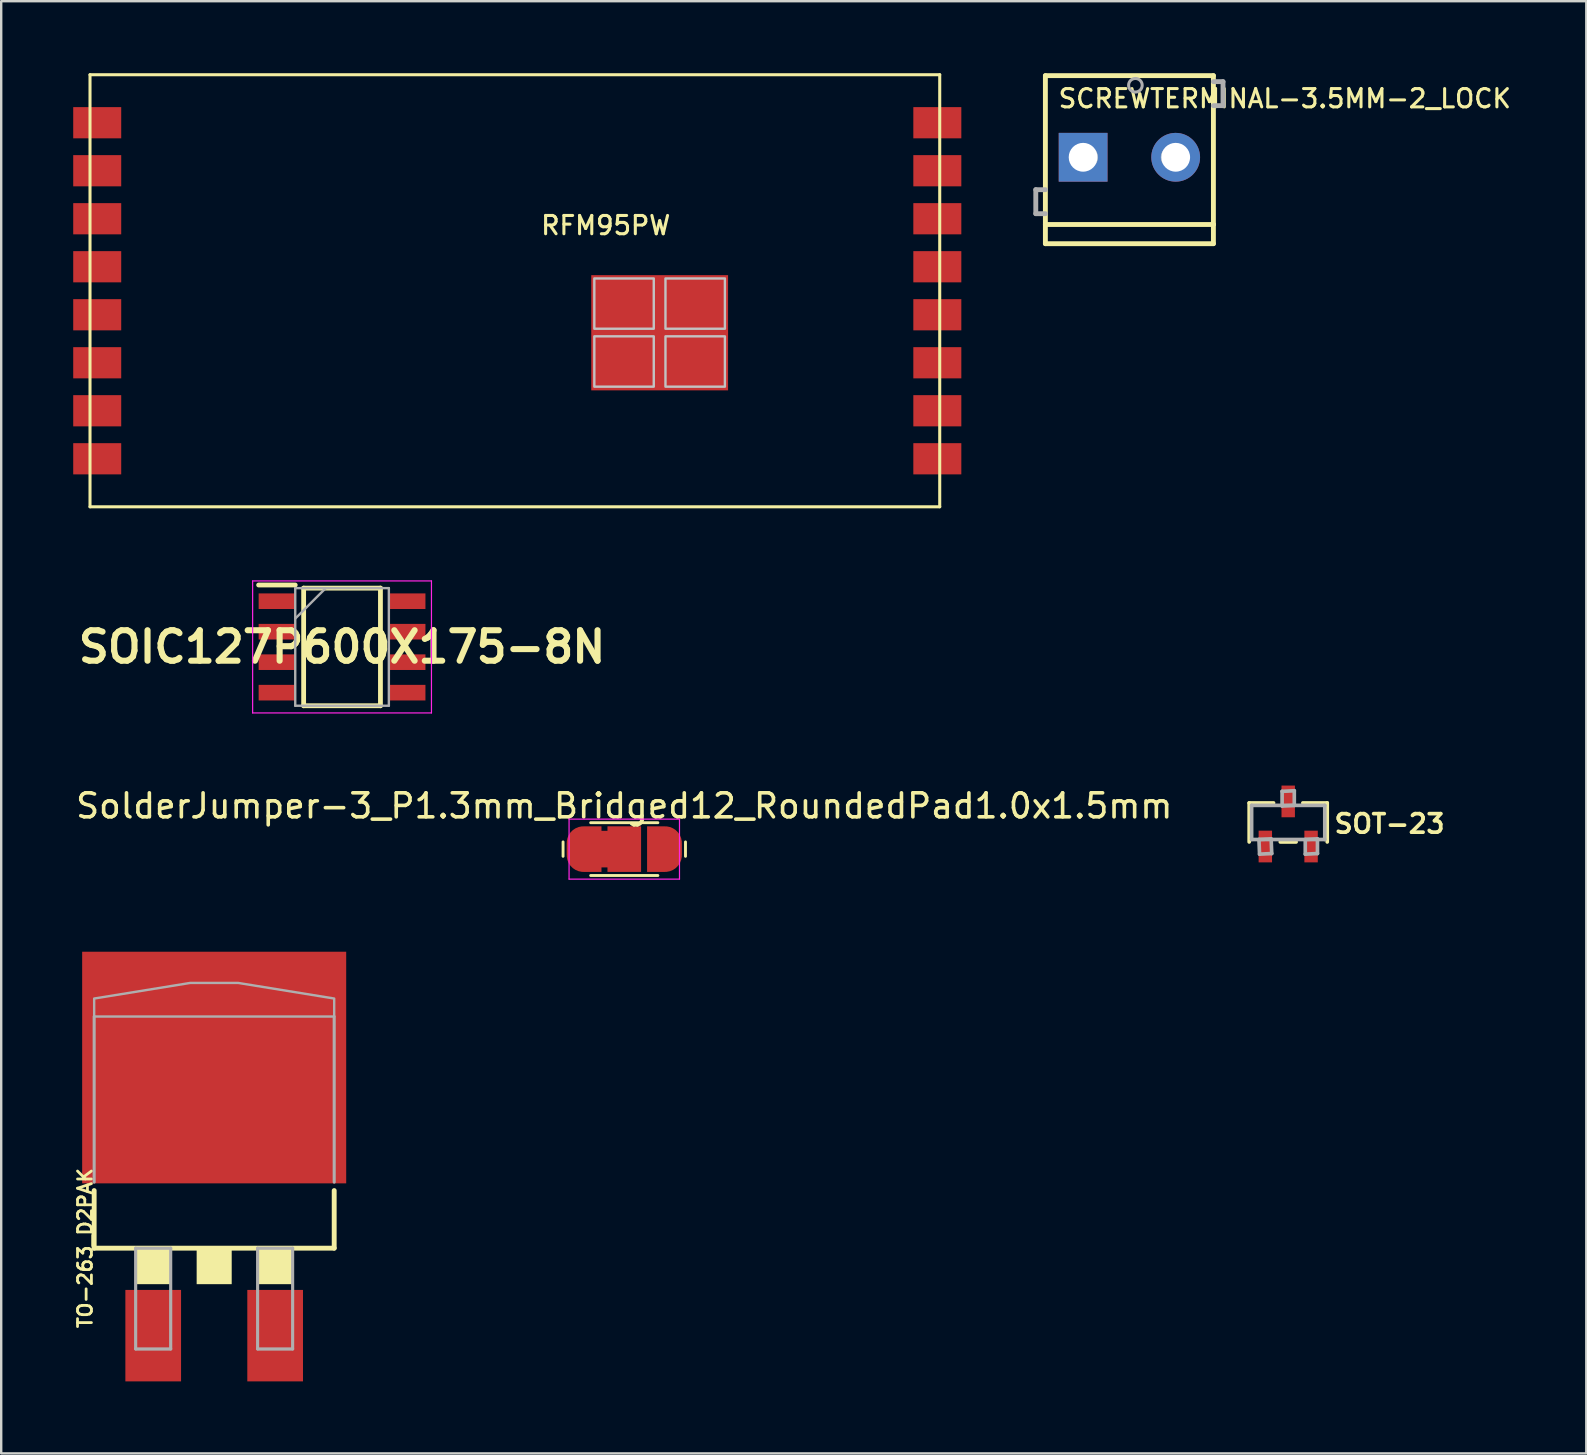
<source format=kicad_pcb>
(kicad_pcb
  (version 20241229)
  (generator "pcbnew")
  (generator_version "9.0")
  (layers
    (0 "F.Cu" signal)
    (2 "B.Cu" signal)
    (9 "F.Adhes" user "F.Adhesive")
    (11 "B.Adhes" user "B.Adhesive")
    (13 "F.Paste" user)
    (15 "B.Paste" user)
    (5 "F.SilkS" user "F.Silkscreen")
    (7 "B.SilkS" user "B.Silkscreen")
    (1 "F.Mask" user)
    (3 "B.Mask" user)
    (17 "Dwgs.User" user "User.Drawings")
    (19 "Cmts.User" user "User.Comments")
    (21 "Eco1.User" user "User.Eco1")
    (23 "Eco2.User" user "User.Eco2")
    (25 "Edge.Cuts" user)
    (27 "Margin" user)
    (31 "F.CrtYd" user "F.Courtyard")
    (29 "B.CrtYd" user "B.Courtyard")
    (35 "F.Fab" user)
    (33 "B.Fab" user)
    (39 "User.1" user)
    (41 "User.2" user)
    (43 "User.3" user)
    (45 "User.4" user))
  (footprint "SOIC127P600X175-8N"
    (layer "F.Cu")
    (at 11.2 23.902)
    (property "Reference" "SOIC127P600X175-8N" (at 0 0 0) (layer "F.SilkS") (effects (font (size 1.27 1.27) (thickness 0.254))))
    (attr smd)
    (fp_line (start -3.475 -2.58) (end -1.95 -2.58) (stroke (width 0.2) (type solid)) (layer "F.SilkS"))
    (fp_line (start -1.6 -2.45) (end 1.6 -2.45) (stroke (width 0.2) (type solid)) (layer "F.SilkS"))
    (fp_line (start -1.6 2.45) (end -1.6 -2.45) (stroke (width 0.2) (type solid)) (layer "F.SilkS"))
    (fp_line (start 1.6 -2.45) (end 1.6 2.45) (stroke (width 0.2) (type solid)) (layer "F.SilkS"))
    (fp_line (start 1.6 2.45) (end -1.6 2.45) (stroke (width 0.2) (type solid)) (layer "F.SilkS"))
    (fp_line (start -3.725 -2.75) (end 3.725 -2.75) (stroke (width 0.05) (type solid)) (layer "F.CrtYd"))
    (fp_line (start -3.725 2.75) (end -3.725 -2.75) (stroke (width 0.05) (type solid)) (layer "F.CrtYd"))
    (fp_line (start 3.725 -2.75) (end 3.725 2.75) (stroke (width 0.05) (type solid)) (layer "F.CrtYd"))
    (fp_line (start 3.725 2.75) (end -3.725 2.75) (stroke (width 0.05) (type solid)) (layer "F.CrtYd"))
    (fp_line (start -1.95 -2.45) (end 1.95 -2.45) (stroke (width 0.1) (type solid)) (layer "F.Fab"))
    (fp_line (start -1.95 -1.18) (end -0.68 -2.45) (stroke (width 0.1) (type solid)) (layer "F.Fab"))
    (fp_line (start -1.95 2.45) (end -1.95 -2.45) (stroke (width 0.1) (type solid)) (layer "F.Fab"))
    (fp_line (start 1.95 -2.45) (end 1.95 2.45) (stroke (width 0.1) (type solid)) (layer "F.Fab"))
    (fp_line (start 1.95 2.45) (end -1.95 2.45) (stroke (width 0.1) (type solid)) (layer "F.Fab"))
    (pad "1" smd rect (at -2.712 -1.905 90) (size 0.65 1.525) (layers "F.Cu" "F.Mask" "F.Paste"))
    (pad "2" smd rect (at -2.712 -0.635 90) (size 0.65 1.525) (layers "F.Cu" "F.Mask" "F.Paste"))
    (pad "3" smd rect (at -2.712 0.635 90) (size 0.65 1.525) (layers "F.Cu" "F.Mask" "F.Paste"))
    (pad "4" smd rect (at -2.712 1.905 90) (size 0.65 1.525) (layers "F.Cu" "F.Mask" "F.Paste"))
    (pad "5" smd rect (at 2.712 1.905 90) (size 0.65 1.525) (layers "F.Cu" "F.Mask" "F.Paste"))
    (pad "6" smd rect (at 2.712 0.635 90) (size 0.65 1.525) (layers "F.Cu" "F.Mask" "F.Paste"))
    (pad "7" smd rect (at 2.712 -0.635 90) (size 0.65 1.525) (layers "F.Cu" "F.Mask" "F.Paste"))
    (pad "8" smd rect (at 2.712 -1.905 90) (size 0.65 1.525) (layers "F.Cu" "F.Mask" "F.Paste")))
  (footprint "TO-263_D2PAK"
    (layer "F.Cu")
    (at 5.873 45.55)
    (property "Reference" "TO-263_D2PAK" (at -5.715 0 90) (layer "F.SilkS") (effects (font (size 0.579 0.579) (thickness 0.116)) (justify right top)))
    (attr through_hole)
    (fp_line (start -5 3.4) (end -5 1) (stroke (width 0.203) (type solid)) (layer "F.SilkS"))
    (fp_line (start 5 1) (end 5 3.4) (stroke (width 0.203) (type solid)) (layer "F.SilkS"))
    (fp_line (start 5 3.4) (end -5 3.4) (stroke (width 0.203) (type solid)) (layer "F.SilkS"))
    (fp_poly (pts (xy -3.27 4.9) (xy -1.81 4.9) (xy -1.81 3.4) (xy -3.27 3.4)) (stroke (width 0) (type solid)) (fill yes) (layer "F.SilkS"))
    (fp_poly (pts (xy -0.73 4.9) (xy 0.73 4.9) (xy 0.73 3.4) (xy -0.73 3.4)) (stroke (width 0) (type solid)) (fill yes) (layer "F.SilkS"))
    (fp_poly (pts (xy 1.81 4.9) (xy 3.27 4.9) (xy 3.27 3.4) (xy 1.81 3.4)) (stroke (width 0) (type solid)) (fill yes) (layer "F.SilkS"))
    (fp_line (start -5 -6.25) (end -5 0.65) (stroke (width 0.127) (type solid)) (layer "F.Fab"))
    (fp_line (start -3.27 3.4) (end -1.81 3.4) (stroke (width 0.127) (type solid)) (layer "F.Fab"))
    (fp_line (start -3.27 7.6) (end -3.27 3.4) (stroke (width 0.127) (type solid)) (layer "F.Fab"))
    (fp_line (start -1.81 3.4) (end -1.81 7.6) (stroke (width 0.127) (type solid)) (layer "F.Fab"))
    (fp_line (start -1.81 7.6) (end -3.27 7.6) (stroke (width 0.127) (type solid)) (layer "F.Fab"))
    (fp_line (start 1.81 3.4) (end 1.81 7.6) (stroke (width 0.127) (type solid)) (layer "F.Fab"))
    (fp_line (start 1.81 7.6) (end 3.27 7.6) (stroke (width 0.127) (type solid)) (layer "F.Fab"))
    (fp_line (start 3.27 3.4) (end 1.81 3.4) (stroke (width 0.127) (type solid)) (layer "F.Fab"))
    (fp_line (start 3.27 7.6) (end 3.27 3.4) (stroke (width 0.127) (type solid)) (layer "F.Fab"))
    (fp_line (start 5 0.65) (end 5 -6.25) (stroke (width 0.127) (type solid)) (layer "F.Fab"))
    (fp_poly (pts (xy -3.27 7.6) (xy -1.81 7.6) (xy -1.81 3.4) (xy -3.27 3.4)) (stroke (width 0.1) (type solid)) (fill no) (layer "F.Fab"))
    (fp_poly (pts (xy 1.81 7.6) (xy 3.27 7.6) (xy 3.27 3.4) (xy 1.81 3.4)) (stroke (width 0.1) (type solid)) (fill no) (layer "F.Fab"))
    (fp_poly (pts (xy -5 -6.25) (xy -5 -7) (xy -1 -7.65) (xy 1 -7.65) (xy 5 -7) (xy 5 -6.25)) (stroke (width 0.1) (type solid)) (fill no) (layer "F.Fab"))
    (pad "1" smd rect (at -2.54 7.045) (size 2.32 3.81) (layers "F.Cu" "F.Mask" "F.Paste"))
    (pad "2" smd rect (at 0 -4.125) (size 11 9.65) (layers "F.Cu" "F.Mask" "F.Paste"))
    (pad "3" smd rect (at 2.54 7.045) (size 2.32 3.81) (layers "F.Cu" "F.Mask" "F.Paste")))
  (footprint "SOT-23"
    (layer "F.Cu")
    (at 50.618 31.214)
    (property "Reference" "SOT-23" (at 1.841 0.508 180) (layer "F.SilkS") (effects (font (size 0.772 0.772) (thickness 0.154)) (justify left bottom)))
    (attr through_hole)
    (fp_line (start -1.626 -0.813) (end -1.626 0.813) (stroke (width 0.152) (type solid)) (layer "F.SilkS"))
    (fp_line (start -0.61 -0.813) (end -1.626 -0.813) (stroke (width 0.152) (type solid)) (layer "F.SilkS"))
    (fp_line (start -0.33 0.813) (end 0.33 0.813) (stroke (width 0.152) (type solid)) (layer "F.SilkS"))
    (fp_line (start 1.626 -0.813) (end 0.61 -0.813) (stroke (width 0.152) (type solid)) (layer "F.SilkS"))
    (fp_line (start 1.626 0.813) (end 1.626 -0.813) (stroke (width 0.152) (type solid)) (layer "F.SilkS"))
    (fp_line (start -1.524 -0.711) (end -1.524 0.711) (stroke (width 0.152) (type solid)) (layer "F.Fab"))
    (fp_line (start -1.524 0.711) (end 1.524 0.711) (stroke (width 0.152) (type solid)) (layer "F.Fab"))
    (fp_line (start -1.219 0.711) (end -1.194 1.321) (stroke (width 0.152) (type solid)) (layer "F.Fab"))
    (fp_line (start -1.194 1.321) (end -0.686 1.295) (stroke (width 0.152) (type solid)) (layer "F.Fab"))
    (fp_line (start -0.711 0.686) (end -1.219 0.711) (stroke (width 0.152) (type solid)) (layer "F.Fab"))
    (fp_line (start -0.686 1.295) (end -0.711 0.686) (stroke (width 0.152) (type solid)) (layer "F.Fab"))
    (fp_line (start -0.254 -1.295) (end -0.254 -0.686) (stroke (width 0.152) (type solid)) (layer "F.Fab"))
    (fp_line (start -0.254 -0.686) (end 0.254 -0.711) (stroke (width 0.152) (type solid)) (layer "F.Fab"))
    (fp_line (start 0.254 -1.321) (end -0.254 -1.295) (stroke (width 0.152) (type solid)) (layer "F.Fab"))
    (fp_line (start 0.254 -0.711) (end 0.254 -1.321) (stroke (width 0.152) (type solid)) (layer "F.Fab"))
    (fp_line (start 0.711 0.711) (end 0.711 1.321) (stroke (width 0.152) (type solid)) (layer "F.Fab"))
    (fp_line (start 0.711 1.321) (end 1.219 1.295) (stroke (width 0.152) (type solid)) (layer "F.Fab"))
    (fp_line (start 1.219 0.686) (end 0.711 0.711) (stroke (width 0.152) (type solid)) (layer "F.Fab"))
    (fp_line (start 1.219 1.295) (end 1.219 0.686) (stroke (width 0.152) (type solid)) (layer "F.Fab"))
    (fp_line (start 1.524 -0.711) (end -1.524 -0.711) (stroke (width 0.152) (type solid)) (layer "F.Fab"))
    (fp_line (start 1.524 0.711) (end 1.524 -0.711) (stroke (width 0.152) (type solid)) (layer "F.Fab"))
    (pad "1" smd rect (at -0.953 1.003) (size 0.559 1.321) (layers "F.Cu" "F.Mask" "F.Paste"))
    (pad "2" smd rect (at 0.953 1.003) (size 0.559 1.321) (layers "F.Cu" "F.Mask" "F.Paste"))
    (pad "3" smd rect (at 0 -0.876) (size 0.559 1.321) (layers "F.Cu" "F.Mask" "F.Paste")))
  (footprint "RFM95PW"
    (layer "F.Cu")
    (at 18.4 8.563)
    (property "Reference" "RFM95PW" (at 1.016 -2.667 180) (layer "F.SilkS") (effects (font (size 0.762 0.762) (thickness 0.127)) (justify left top)))
    (attr through_hole)
    (fp_line (start -17.7 -8.5) (end 17.7 -8.5) (stroke (width 0.127) (type solid)) (layer "F.SilkS"))
    (fp_line (start -17.7 9.5) (end -17.7 -8.5) (stroke (width 0.127) (type solid)) (layer "F.SilkS"))
    (fp_line (start -17.7 9.5) (end 17.7 9.5) (stroke (width 0.127) (type solid)) (layer "F.SilkS"))
    (fp_line (start 17.7 9.5) (end 17.7 -8.5) (stroke (width 0.127) (type solid)) (layer "F.SilkS"))
    (fp_poly (pts (xy 5.787 2.083) (xy 3.31 2.083) (xy 3.31 -0.013) (xy 5.787 -0.013)) (stroke (width 0.1) (type solid)) (fill no) (layer "Dwgs.User"))
    (fp_poly (pts (xy 5.787 4.496) (xy 3.31 4.496) (xy 3.31 2.4) (xy 5.787 2.4)) (stroke (width 0.1) (type solid)) (fill no) (layer "Dwgs.User"))
    (fp_poly (pts (xy 8.75 2.083) (xy 6.274 2.083) (xy 6.274 -0.013) (xy 8.75 -0.013)) (stroke (width 0.1) (type solid)) (fill no) (layer "Dwgs.User"))
    (fp_poly (pts (xy 8.75 4.496) (xy 6.274 4.496) (xy 6.274 2.4) (xy 8.75 2.4)) (stroke (width 0.1) (type solid)) (fill no) (layer "Dwgs.User"))
    (pad "1" smd rect (at 17.6 7.5) (size 2 1.3) (layers "F.Cu" "F.Mask" "F.Paste"))
    (pad "2" smd rect (at 17.6 5.5) (size 2 1.3) (layers "F.Cu" "F.Mask" "F.Paste"))
    (pad "3" smd rect (at 17.6 3.5) (size 2 1.3) (layers "F.Cu" "F.Mask" "F.Paste"))
    (pad "4" smd rect (at 17.6 1.5) (size 2 1.3) (layers "F.Cu" "F.Mask" "F.Paste"))
    (pad "5" smd rect (at 17.6 -0.5) (size 2 1.3) (layers "F.Cu" "F.Mask" "F.Paste"))
    (pad "6" smd rect (at 17.6 -2.5) (size 2 1.3) (layers "F.Cu" "F.Mask" "F.Paste"))
    (pad "7" smd rect (at 17.6 -4.5) (size 2 1.3) (layers "F.Cu" "F.Mask" "F.Paste"))
    (pad "8" smd rect (at 17.6 -6.5) (size 2 1.3) (layers "F.Cu" "F.Mask" "F.Paste"))
    (pad "9" smd rect (at -17.4 -6.5) (size 2 1.3) (layers "F.Cu" "F.Mask" "F.Paste"))
    (pad "10" smd rect (at -17.4 -4.5) (size 2 1.3) (layers "F.Cu" "F.Mask" "F.Paste"))
    (pad "11" smd rect (at -17.4 -2.5) (size 2 1.3) (layers "F.Cu" "F.Mask" "F.Paste"))
    (pad "12" smd rect (at -17.4 -0.5) (size 2 1.3) (layers "F.Cu" "F.Mask" "F.Paste"))
    (pad "13" smd rect (at -17.4 1.5) (size 2 1.3) (layers "F.Cu" "F.Mask" "F.Paste"))
    (pad "14" smd rect (at -17.4 3.5) (size 2 1.3) (layers "F.Cu" "F.Mask" "F.Paste"))
    (pad "15" smd rect (at -17.4 5.5) (size 2 1.3) (layers "F.Cu" "F.Mask" "F.Paste"))
    (pad "16" smd rect (at -17.4 7.5) (size 2 1.3) (layers "F.Cu" "F.Mask" "F.Paste"))
    (pad "17" smd rect (at 6.032 2.25) (size 5.7 4.8) (layers "F.Cu" "F.Mask")))
  (footprint "SolderJumper-3_P1.3mm_Bridged12_RoundedPad1.0x1.5mm"
    (layer "F.Cu")
    (at 22.958 32.325)
    (property "Reference" "SolderJumper-3_P1.3mm_Bridged12_RoundedPad1.0x1.5mm" (at 0 -1.8 0) (layer "F.SilkS") (effects (font (size 1 1) (thickness 0.15))))
    (attr exclude_from_pos_files exclude_from_bom)
    (fp_poly (pts (xy -1.1 -0.762) (xy -0.6 -0.762) (xy -0.6 0.762) (xy -1.1 0.762)) (stroke (width 0) (type solid)) (fill yes) (layer "F.Cu"))
    (fp_line (start -2.55 0.3) (end -2.55 -0.3) (stroke (width 0.12) (type solid)) (layer "F.SilkS"))
    (fp_line (start -1.4 -1.1) (end 1.4 -1.1) (stroke (width 0.12) (type solid)) (layer "F.SilkS"))
    (fp_line (start 1.4 1.1) (end -1.4 1.1) (stroke (width 0.12) (type solid)) (layer "F.SilkS"))
    (fp_line (start 2.55 -0.3) (end 2.55 0.3) (stroke (width 0.12) (type solid)) (layer "F.SilkS"))
    (fp_line (start -2.3 -1.25) (end -2.3 1.25) (stroke (width 0.05) (type solid)) (layer "F.CrtYd"))
    (fp_line (start -2.3 -1.25) (end 2.3 -1.25) (stroke (width 0.05) (type solid)) (layer "F.CrtYd"))
    (fp_line (start 2.3 1.25) (end -2.3 1.25) (stroke (width 0.05) (type solid)) (layer "F.CrtYd"))
    (fp_line (start 2.3 1.25) (end 2.3 -1.25) (stroke (width 0.05) (type solid)) (layer "F.CrtYd"))
    (pad "1" smd custom (at -1.7 0) (size 1.4 0.5) (layers "F.Cu" "F.Mask") (options (anchor rect)) (primitives (gr_circle (center 0 0.25) (end 0.7 0.25) (width 0) (fill yes)) (gr_circle (center 0 -0.25) (end 0.7 -0.25) (width 0) (fill yes)) (gr_poly (pts (xy 0.75 -0.95) (xy 0 -0.95) (xy 0 0.95) (xy 0.75 0.95)) (width 0) (fill yes))))
    (pad "2" smd rect (at 0 0) (size 1.4 1.9) (layers "F.Cu" "F.Mask"))
    (pad "3" smd custom (at 1.7 0) (size 1.4 0.5) (layers "F.Cu" "F.Mask") (options (anchor rect)) (primitives (gr_circle (center 0 0.25) (end 0.7 0.25) (width 0) (fill yes)) (gr_circle (center 0 -0.25) (end 0.7 -0.25) (width 0) (fill yes)) (gr_poly (pts (xy -0.75 -0.95) (xy 0 -0.95) (xy 0 0.95) (xy -0.75 0.95)) (width 0) (fill yes)))))
  (footprint "SCREWTERMINAL-3.5MM-2_LOCK"
    (layer "F.Cu")
    (at 42.252 3.502)
    (property "Reference" "SCREWTERMINAL-3.5MM-2_LOCK" (at -1.275 -2 0) (layer "F.SilkS") (effects (font (size 0.762 0.762) (thickness 0.127)) (justify left bottom)))
    (attr through_hole)
    (fp_line (start -1.75 -3.4) (end 5.25 -3.4) (stroke (width 0.203) (type solid)) (layer "F.SilkS"))
    (fp_line (start -1.75 2.8) (end -1.75 -3.4) (stroke (width 0.203) (type solid)) (layer "F.SilkS"))
    (fp_line (start -1.75 3.6) (end -1.75 2.8) (stroke (width 0.203) (type solid)) (layer "F.SilkS"))
    (fp_line (start 5.25 -3.4) (end 5.25 2.8) (stroke (width 0.203) (type solid)) (layer "F.SilkS"))
    (fp_line (start 5.25 2.8) (end -1.75 2.8) (stroke (width 0.203) (type solid)) (layer "F.SilkS"))
    (fp_line (start 5.25 2.8) (end 5.25 3.6) (stroke (width 0.203) (type solid)) (layer "F.SilkS"))
    (fp_line (start 5.25 3.6) (end -1.75 3.6) (stroke (width 0.203) (type solid)) (layer "F.SilkS"))
    (fp_line (start -2.15 1.35) (end -2.15 2.35) (stroke (width 0.203) (type solid)) (layer "F.Fab"))
    (fp_line (start -2.15 2.35) (end -1.75 2.35) (stroke (width 0.203) (type solid)) (layer "F.Fab"))
    (fp_line (start -1.75 1.35) (end -2.15 1.35) (stroke (width 0.203) (type solid)) (layer "F.Fab"))
    (fp_line (start 5.25 -3.15) (end 5.65 -3.15) (stroke (width 0.203) (type solid)) (layer "F.Fab"))
    (fp_line (start 5.65 -3.15) (end 5.65 -2.15) (stroke (width 0.203) (type solid)) (layer "F.Fab"))
    (fp_line (start 5.65 -2.15) (end 5.25 -2.15) (stroke (width 0.203) (type solid)) (layer "F.Fab"))
    (fp_circle (center 0 0) (end 0.432 0) (stroke (width 0.025) (type solid)) (fill no) (layer "F.Fab"))
    (fp_circle (center 2 -3) (end 2.283 -3) (stroke (width 0.127) (type solid)) (fill no) (layer "F.Fab"))
    (fp_circle (center 3.5 0) (end 3.932 0) (stroke (width 0.025) (type solid)) (fill no) (layer "F.Fab"))
    (pad "1" thru_hole rect (at -0.178 0) (size 2.032 2.032) (drill 1.2) (layers "*.Cu" "*.Mask"))
    (pad "2" thru_hole circle (at 3.678 0) (size 2.032 2.032) (drill 1.2) (layers "*.Cu" "*.Mask")))
  (gr_rect
    (start -3 -3)
    (end 63.037 57.5)
    (stroke (width 0.1) (type default))
    (fill no)
    (layer "Edge.Cuts")))
</source>
